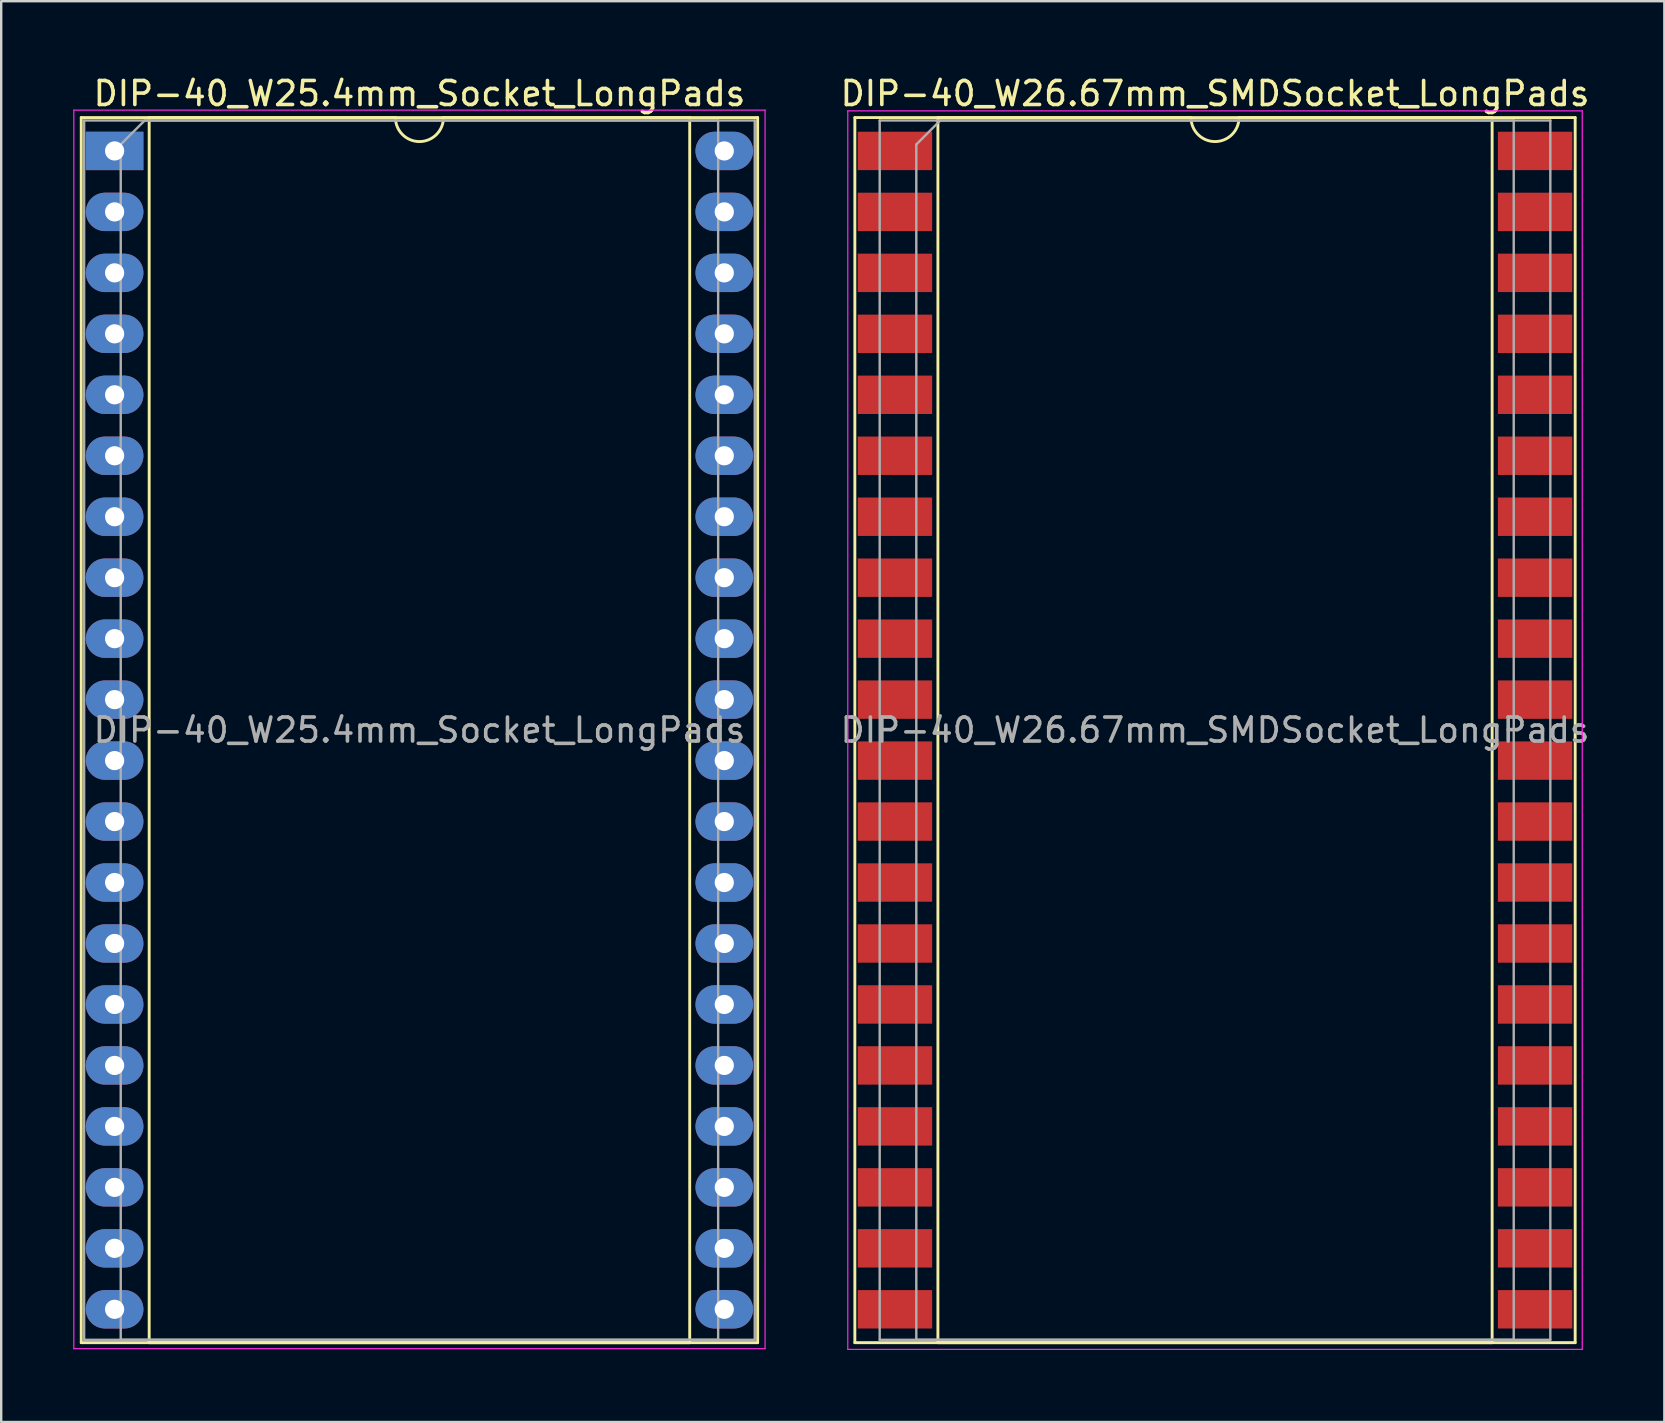
<source format=kicad_pcb>
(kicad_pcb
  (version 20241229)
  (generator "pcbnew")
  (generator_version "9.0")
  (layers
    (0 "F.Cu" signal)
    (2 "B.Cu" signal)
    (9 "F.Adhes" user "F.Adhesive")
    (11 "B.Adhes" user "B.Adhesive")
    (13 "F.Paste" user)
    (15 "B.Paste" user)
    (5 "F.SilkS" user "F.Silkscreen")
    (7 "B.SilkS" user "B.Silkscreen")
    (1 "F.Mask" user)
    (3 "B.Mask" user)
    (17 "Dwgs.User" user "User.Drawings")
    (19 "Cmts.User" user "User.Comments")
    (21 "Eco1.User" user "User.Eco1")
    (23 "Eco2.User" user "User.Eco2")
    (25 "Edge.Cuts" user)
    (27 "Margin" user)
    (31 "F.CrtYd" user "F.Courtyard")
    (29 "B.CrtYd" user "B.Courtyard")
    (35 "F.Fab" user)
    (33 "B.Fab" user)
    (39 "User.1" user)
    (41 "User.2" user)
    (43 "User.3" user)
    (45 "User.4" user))
  (footprint "DIP-40_W26.67mm_SMDSocket_LongPads"
    (layer "F.Cu")
    (at 47.57 27.368)
    (property "Reference" "DIP-40_W26.67mm_SMDSocket_LongPads" (at 0 -26.52 0) (layer "F.SilkS") (effects (font (size 1 1) (thickness 0.15))))
    (attr smd)
    (fp_line (start -15.005 -25.52) (end -15.005 25.52) (stroke (width 0.12) (type solid)) (layer "F.SilkS"))
    (fp_line (start -15.005 25.52) (end 15.005 25.52) (stroke (width 0.12) (type solid)) (layer "F.SilkS"))
    (fp_line (start -11.545 -25.52) (end -11.545 25.52) (stroke (width 0.12) (type solid)) (layer "F.SilkS"))
    (fp_line (start -11.545 25.52) (end 11.545 25.52) (stroke (width 0.12) (type solid)) (layer "F.SilkS"))
    (fp_line (start -1 -25.52) (end -11.545 -25.52) (stroke (width 0.12) (type solid)) (layer "F.SilkS"))
    (fp_line (start 11.545 -25.52) (end 1 -25.52) (stroke (width 0.12) (type solid)) (layer "F.SilkS"))
    (fp_line (start 11.545 25.52) (end 11.545 -25.52) (stroke (width 0.12) (type solid)) (layer "F.SilkS"))
    (fp_line (start 15.005 -25.52) (end -15.005 -25.52) (stroke (width 0.12) (type solid)) (layer "F.SilkS"))
    (fp_line (start 15.005 25.52) (end 15.005 -25.52) (stroke (width 0.12) (type solid)) (layer "F.SilkS"))
    (fp_arc (start 1 -25.52) (mid 0 -24.52) (end -1 -25.52) (stroke (width 0.12) (type solid)) (layer "F.SilkS"))
    (fp_line (start -15.3 -25.8) (end -15.3 25.8) (stroke (width 0.05) (type solid)) (layer "F.CrtYd"))
    (fp_line (start -15.3 25.8) (end 15.3 25.8) (stroke (width 0.05) (type solid)) (layer "F.CrtYd"))
    (fp_line (start 15.3 -25.8) (end -15.3 -25.8) (stroke (width 0.05) (type solid)) (layer "F.CrtYd"))
    (fp_line (start 15.3 25.8) (end 15.3 -25.8) (stroke (width 0.05) (type solid)) (layer "F.CrtYd"))
    (fp_line (start -13.97 -25.4) (end -13.97 25.4) (stroke (width 0.1) (type solid)) (layer "F.Fab"))
    (fp_line (start -13.97 25.4) (end 13.97 25.4) (stroke (width 0.1) (type solid)) (layer "F.Fab"))
    (fp_line (start -12.445 -24.4) (end -11.445 -25.4) (stroke (width 0.1) (type solid)) (layer "F.Fab"))
    (fp_line (start -12.445 25.4) (end -12.445 -24.4) (stroke (width 0.1) (type solid)) (layer "F.Fab"))
    (fp_line (start -11.445 -25.4) (end 12.445 -25.4) (stroke (width 0.1) (type solid)) (layer "F.Fab"))
    (fp_line (start 12.445 -25.4) (end 12.445 25.4) (stroke (width 0.1) (type solid)) (layer "F.Fab"))
    (fp_line (start 12.445 25.4) (end -12.445 25.4) (stroke (width 0.1) (type solid)) (layer "F.Fab"))
    (fp_line (start 13.97 -25.4) (end -13.97 -25.4) (stroke (width 0.1) (type solid)) (layer "F.Fab"))
    (fp_line (start 13.97 25.4) (end 13.97 -25.4) (stroke (width 0.1) (type solid)) (layer "F.Fab"))
    (fp_text user "${REFERENCE}" (at 0 0 0) (layer "F.Fab") (effects (font (size 1 1) (thickness 0.15))))
    (pad "1" smd rect (at -13.335 -24.13) (size 3.1 1.6) (layers "F.Cu" "F.Mask" "F.Paste"))
    (pad "2" smd rect (at -13.335 -21.59) (size 3.1 1.6) (layers "F.Cu" "F.Mask" "F.Paste"))
    (pad "3" smd rect (at -13.335 -19.05) (size 3.1 1.6) (layers "F.Cu" "F.Mask" "F.Paste"))
    (pad "4" smd rect (at -13.335 -16.51) (size 3.1 1.6) (layers "F.Cu" "F.Mask" "F.Paste"))
    (pad "5" smd rect (at -13.335 -13.97) (size 3.1 1.6) (layers "F.Cu" "F.Mask" "F.Paste"))
    (pad "6" smd rect (at -13.335 -11.43) (size 3.1 1.6) (layers "F.Cu" "F.Mask" "F.Paste"))
    (pad "7" smd rect (at -13.335 -8.89) (size 3.1 1.6) (layers "F.Cu" "F.Mask" "F.Paste"))
    (pad "8" smd rect (at -13.335 -6.35) (size 3.1 1.6) (layers "F.Cu" "F.Mask" "F.Paste"))
    (pad "9" smd rect (at -13.335 -3.81) (size 3.1 1.6) (layers "F.Cu" "F.Mask" "F.Paste"))
    (pad "10" smd rect (at -13.335 -1.27) (size 3.1 1.6) (layers "F.Cu" "F.Mask" "F.Paste"))
    (pad "11" smd rect (at -13.335 1.27) (size 3.1 1.6) (layers "F.Cu" "F.Mask" "F.Paste"))
    (pad "12" smd rect (at -13.335 3.81) (size 3.1 1.6) (layers "F.Cu" "F.Mask" "F.Paste"))
    (pad "13" smd rect (at -13.335 6.35) (size 3.1 1.6) (layers "F.Cu" "F.Mask" "F.Paste"))
    (pad "14" smd rect (at -13.335 8.89) (size 3.1 1.6) (layers "F.Cu" "F.Mask" "F.Paste"))
    (pad "15" smd rect (at -13.335 11.43) (size 3.1 1.6) (layers "F.Cu" "F.Mask" "F.Paste"))
    (pad "16" smd rect (at -13.335 13.97) (size 3.1 1.6) (layers "F.Cu" "F.Mask" "F.Paste"))
    (pad "17" smd rect (at -13.335 16.51) (size 3.1 1.6) (layers "F.Cu" "F.Mask" "F.Paste"))
    (pad "18" smd rect (at -13.335 19.05) (size 3.1 1.6) (layers "F.Cu" "F.Mask" "F.Paste"))
    (pad "19" smd rect (at -13.335 21.59) (size 3.1 1.6) (layers "F.Cu" "F.Mask" "F.Paste"))
    (pad "20" smd rect (at -13.335 24.13) (size 3.1 1.6) (layers "F.Cu" "F.Mask" "F.Paste"))
    (pad "21" smd rect (at 13.335 24.13) (size 3.1 1.6) (layers "F.Cu" "F.Mask" "F.Paste"))
    (pad "22" smd rect (at 13.335 21.59) (size 3.1 1.6) (layers "F.Cu" "F.Mask" "F.Paste"))
    (pad "23" smd rect (at 13.335 19.05) (size 3.1 1.6) (layers "F.Cu" "F.Mask" "F.Paste"))
    (pad "24" smd rect (at 13.335 16.51) (size 3.1 1.6) (layers "F.Cu" "F.Mask" "F.Paste"))
    (pad "25" smd rect (at 13.335 13.97) (size 3.1 1.6) (layers "F.Cu" "F.Mask" "F.Paste"))
    (pad "26" smd rect (at 13.335 11.43) (size 3.1 1.6) (layers "F.Cu" "F.Mask" "F.Paste"))
    (pad "27" smd rect (at 13.335 8.89) (size 3.1 1.6) (layers "F.Cu" "F.Mask" "F.Paste"))
    (pad "28" smd rect (at 13.335 6.35) (size 3.1 1.6) (layers "F.Cu" "F.Mask" "F.Paste"))
    (pad "29" smd rect (at 13.335 3.81) (size 3.1 1.6) (layers "F.Cu" "F.Mask" "F.Paste"))
    (pad "30" smd rect (at 13.335 1.27) (size 3.1 1.6) (layers "F.Cu" "F.Mask" "F.Paste"))
    (pad "31" smd rect (at 13.335 -1.27) (size 3.1 1.6) (layers "F.Cu" "F.Mask" "F.Paste"))
    (pad "32" smd rect (at 13.335 -3.81) (size 3.1 1.6) (layers "F.Cu" "F.Mask" "F.Paste"))
    (pad "33" smd rect (at 13.335 -6.35) (size 3.1 1.6) (layers "F.Cu" "F.Mask" "F.Paste"))
    (pad "34" smd rect (at 13.335 -8.89) (size 3.1 1.6) (layers "F.Cu" "F.Mask" "F.Paste"))
    (pad "35" smd rect (at 13.335 -11.43) (size 3.1 1.6) (layers "F.Cu" "F.Mask" "F.Paste"))
    (pad "36" smd rect (at 13.335 -13.97) (size 3.1 1.6) (layers "F.Cu" "F.Mask" "F.Paste"))
    (pad "37" smd rect (at 13.335 -16.51) (size 3.1 1.6) (layers "F.Cu" "F.Mask" "F.Paste"))
    (pad "38" smd rect (at 13.335 -19.05) (size 3.1 1.6) (layers "F.Cu" "F.Mask" "F.Paste"))
    (pad "39" smd rect (at 13.335 -21.59) (size 3.1 1.6) (layers "F.Cu" "F.Mask" "F.Paste"))
    (pad "40" smd rect (at 13.335 -24.13) (size 3.1 1.6) (layers "F.Cu" "F.Mask" "F.Paste")))
  (footprint "DIP-40_W25.4mm_Socket_LongPads"
    (layer "F.Cu")
    (at 1.725 3.238)
    (property "Reference" "DIP-40_W25.4mm_Socket_LongPads" (at 12.7 -2.39 0) (layer "F.SilkS") (effects (font (size 1 1) (thickness 0.15))))
    (attr through_hole)
    (fp_line (start -1.39 -1.39) (end -1.39 49.65) (stroke (width 0.12) (type solid)) (layer "F.SilkS"))
    (fp_line (start -1.39 49.65) (end 26.79 49.65) (stroke (width 0.12) (type solid)) (layer "F.SilkS"))
    (fp_line (start 1.44 -1.39) (end 1.44 49.65) (stroke (width 0.12) (type solid)) (layer "F.SilkS"))
    (fp_line (start 1.44 49.65) (end 23.96 49.65) (stroke (width 0.12) (type solid)) (layer "F.SilkS"))
    (fp_line (start 11.7 -1.39) (end 1.44 -1.39) (stroke (width 0.12) (type solid)) (layer "F.SilkS"))
    (fp_line (start 23.96 -1.39) (end 13.7 -1.39) (stroke (width 0.12) (type solid)) (layer "F.SilkS"))
    (fp_line (start 23.96 49.65) (end 23.96 -1.39) (stroke (width 0.12) (type solid)) (layer "F.SilkS"))
    (fp_line (start 26.79 -1.39) (end -1.39 -1.39) (stroke (width 0.12) (type solid)) (layer "F.SilkS"))
    (fp_line (start 26.79 49.65) (end 26.79 -1.39) (stroke (width 0.12) (type solid)) (layer "F.SilkS"))
    (fp_arc (start 13.7 -1.39) (mid 12.7 -0.39) (end 11.7 -1.39) (stroke (width 0.12) (type solid)) (layer "F.SilkS"))
    (fp_line (start -1.7 -1.7) (end -1.7 49.9) (stroke (width 0.05) (type solid)) (layer "F.CrtYd"))
    (fp_line (start -1.7 49.9) (end 27.1 49.9) (stroke (width 0.05) (type solid)) (layer "F.CrtYd"))
    (fp_line (start 27.1 -1.7) (end -1.7 -1.7) (stroke (width 0.05) (type solid)) (layer "F.CrtYd"))
    (fp_line (start 27.1 49.9) (end 27.1 -1.7) (stroke (width 0.05) (type solid)) (layer "F.CrtYd"))
    (fp_line (start -1.27 -1.27) (end -1.27 49.53) (stroke (width 0.1) (type solid)) (layer "F.Fab"))
    (fp_line (start -1.27 49.53) (end 26.67 49.53) (stroke (width 0.1) (type solid)) (layer "F.Fab"))
    (fp_line (start 0.255 -0.27) (end 1.255 -1.27) (stroke (width 0.1) (type solid)) (layer "F.Fab"))
    (fp_line (start 0.255 49.53) (end 0.255 -0.27) (stroke (width 0.1) (type solid)) (layer "F.Fab"))
    (fp_line (start 1.255 -1.27) (end 25.145 -1.27) (stroke (width 0.1) (type solid)) (layer "F.Fab"))
    (fp_line (start 25.145 -1.27) (end 25.145 49.53) (stroke (width 0.1) (type solid)) (layer "F.Fab"))
    (fp_line (start 25.145 49.53) (end 0.255 49.53) (stroke (width 0.1) (type solid)) (layer "F.Fab"))
    (fp_line (start 26.67 -1.27) (end -1.27 -1.27) (stroke (width 0.1) (type solid)) (layer "F.Fab"))
    (fp_line (start 26.67 49.53) (end 26.67 -1.27) (stroke (width 0.1) (type solid)) (layer "F.Fab"))
    (fp_text user "${REFERENCE}" (at 12.7 24.13 0) (layer "F.Fab") (effects (font (size 1 1) (thickness 0.15))))
    (pad "1" thru_hole rect (at 0 0) (size 2.4 1.6) (drill 0.8) (layers "*.Cu" "*.Mask"))
    (pad "2" thru_hole oval (at 0 2.54) (size 2.4 1.6) (drill 0.8) (layers "*.Cu" "*.Mask"))
    (pad "3" thru_hole oval (at 0 5.08) (size 2.4 1.6) (drill 0.8) (layers "*.Cu" "*.Mask"))
    (pad "4" thru_hole oval (at 0 7.62) (size 2.4 1.6) (drill 0.8) (layers "*.Cu" "*.Mask"))
    (pad "5" thru_hole oval (at 0 10.16) (size 2.4 1.6) (drill 0.8) (layers "*.Cu" "*.Mask"))
    (pad "6" thru_hole oval (at 0 12.7) (size 2.4 1.6) (drill 0.8) (layers "*.Cu" "*.Mask"))
    (pad "7" thru_hole oval (at 0 15.24) (size 2.4 1.6) (drill 0.8) (layers "*.Cu" "*.Mask"))
    (pad "8" thru_hole oval (at 0 17.78) (size 2.4 1.6) (drill 0.8) (layers "*.Cu" "*.Mask"))
    (pad "9" thru_hole oval (at 0 20.32) (size 2.4 1.6) (drill 0.8) (layers "*.Cu" "*.Mask"))
    (pad "10" thru_hole oval (at 0 22.86) (size 2.4 1.6) (drill 0.8) (layers "*.Cu" "*.Mask"))
    (pad "11" thru_hole oval (at 0 25.4) (size 2.4 1.6) (drill 0.8) (layers "*.Cu" "*.Mask"))
    (pad "12" thru_hole oval (at 0 27.94) (size 2.4 1.6) (drill 0.8) (layers "*.Cu" "*.Mask"))
    (pad "13" thru_hole oval (at 0 30.48) (size 2.4 1.6) (drill 0.8) (layers "*.Cu" "*.Mask"))
    (pad "14" thru_hole oval (at 0 33.02) (size 2.4 1.6) (drill 0.8) (layers "*.Cu" "*.Mask"))
    (pad "15" thru_hole oval (at 0 35.56) (size 2.4 1.6) (drill 0.8) (layers "*.Cu" "*.Mask"))
    (pad "16" thru_hole oval (at 0 38.1) (size 2.4 1.6) (drill 0.8) (layers "*.Cu" "*.Mask"))
    (pad "17" thru_hole oval (at 0 40.64) (size 2.4 1.6) (drill 0.8) (layers "*.Cu" "*.Mask"))
    (pad "18" thru_hole oval (at 0 43.18) (size 2.4 1.6) (drill 0.8) (layers "*.Cu" "*.Mask"))
    (pad "19" thru_hole oval (at 0 45.72) (size 2.4 1.6) (drill 0.8) (layers "*.Cu" "*.Mask"))
    (pad "20" thru_hole oval (at 0 48.26) (size 2.4 1.6) (drill 0.8) (layers "*.Cu" "*.Mask"))
    (pad "21" thru_hole oval (at 25.4 48.26) (size 2.4 1.6) (drill 0.8) (layers "*.Cu" "*.Mask"))
    (pad "22" thru_hole oval (at 25.4 45.72) (size 2.4 1.6) (drill 0.8) (layers "*.Cu" "*.Mask"))
    (pad "23" thru_hole oval (at 25.4 43.18) (size 2.4 1.6) (drill 0.8) (layers "*.Cu" "*.Mask"))
    (pad "24" thru_hole oval (at 25.4 40.64) (size 2.4 1.6) (drill 0.8) (layers "*.Cu" "*.Mask"))
    (pad "25" thru_hole oval (at 25.4 38.1) (size 2.4 1.6) (drill 0.8) (layers "*.Cu" "*.Mask"))
    (pad "26" thru_hole oval (at 25.4 35.56) (size 2.4 1.6) (drill 0.8) (layers "*.Cu" "*.Mask"))
    (pad "27" thru_hole oval (at 25.4 33.02) (size 2.4 1.6) (drill 0.8) (layers "*.Cu" "*.Mask"))
    (pad "28" thru_hole oval (at 25.4 30.48) (size 2.4 1.6) (drill 0.8) (layers "*.Cu" "*.Mask"))
    (pad "29" thru_hole oval (at 25.4 27.94) (size 2.4 1.6) (drill 0.8) (layers "*.Cu" "*.Mask"))
    (pad "30" thru_hole oval (at 25.4 25.4) (size 2.4 1.6) (drill 0.8) (layers "*.Cu" "*.Mask"))
    (pad "31" thru_hole oval (at 25.4 22.86) (size 2.4 1.6) (drill 0.8) (layers "*.Cu" "*.Mask"))
    (pad "32" thru_hole oval (at 25.4 20.32) (size 2.4 1.6) (drill 0.8) (layers "*.Cu" "*.Mask"))
    (pad "33" thru_hole oval (at 25.4 17.78) (size 2.4 1.6) (drill 0.8) (layers "*.Cu" "*.Mask"))
    (pad "34" thru_hole oval (at 25.4 15.24) (size 2.4 1.6) (drill 0.8) (layers "*.Cu" "*.Mask"))
    (pad "35" thru_hole oval (at 25.4 12.7) (size 2.4 1.6) (drill 0.8) (layers "*.Cu" "*.Mask"))
    (pad "36" thru_hole oval (at 25.4 10.16) (size 2.4 1.6) (drill 0.8) (layers "*.Cu" "*.Mask"))
    (pad "37" thru_hole oval (at 25.4 7.62) (size 2.4 1.6) (drill 0.8) (layers "*.Cu" "*.Mask"))
    (pad "38" thru_hole oval (at 25.4 5.08) (size 2.4 1.6) (drill 0.8) (layers "*.Cu" "*.Mask"))
    (pad "39" thru_hole oval (at 25.4 2.54) (size 2.4 1.6) (drill 0.8) (layers "*.Cu" "*.Mask"))
    (pad "40" thru_hole oval (at 25.4 0) (size 2.4 1.6) (drill 0.8) (layers "*.Cu" "*.Mask")))
  (gr_rect
    (start -3 -3)
    (end 66.29 56.193)
    (stroke (width 0.1) (type default))
    (fill no)
    (layer "Edge.Cuts")))
</source>
